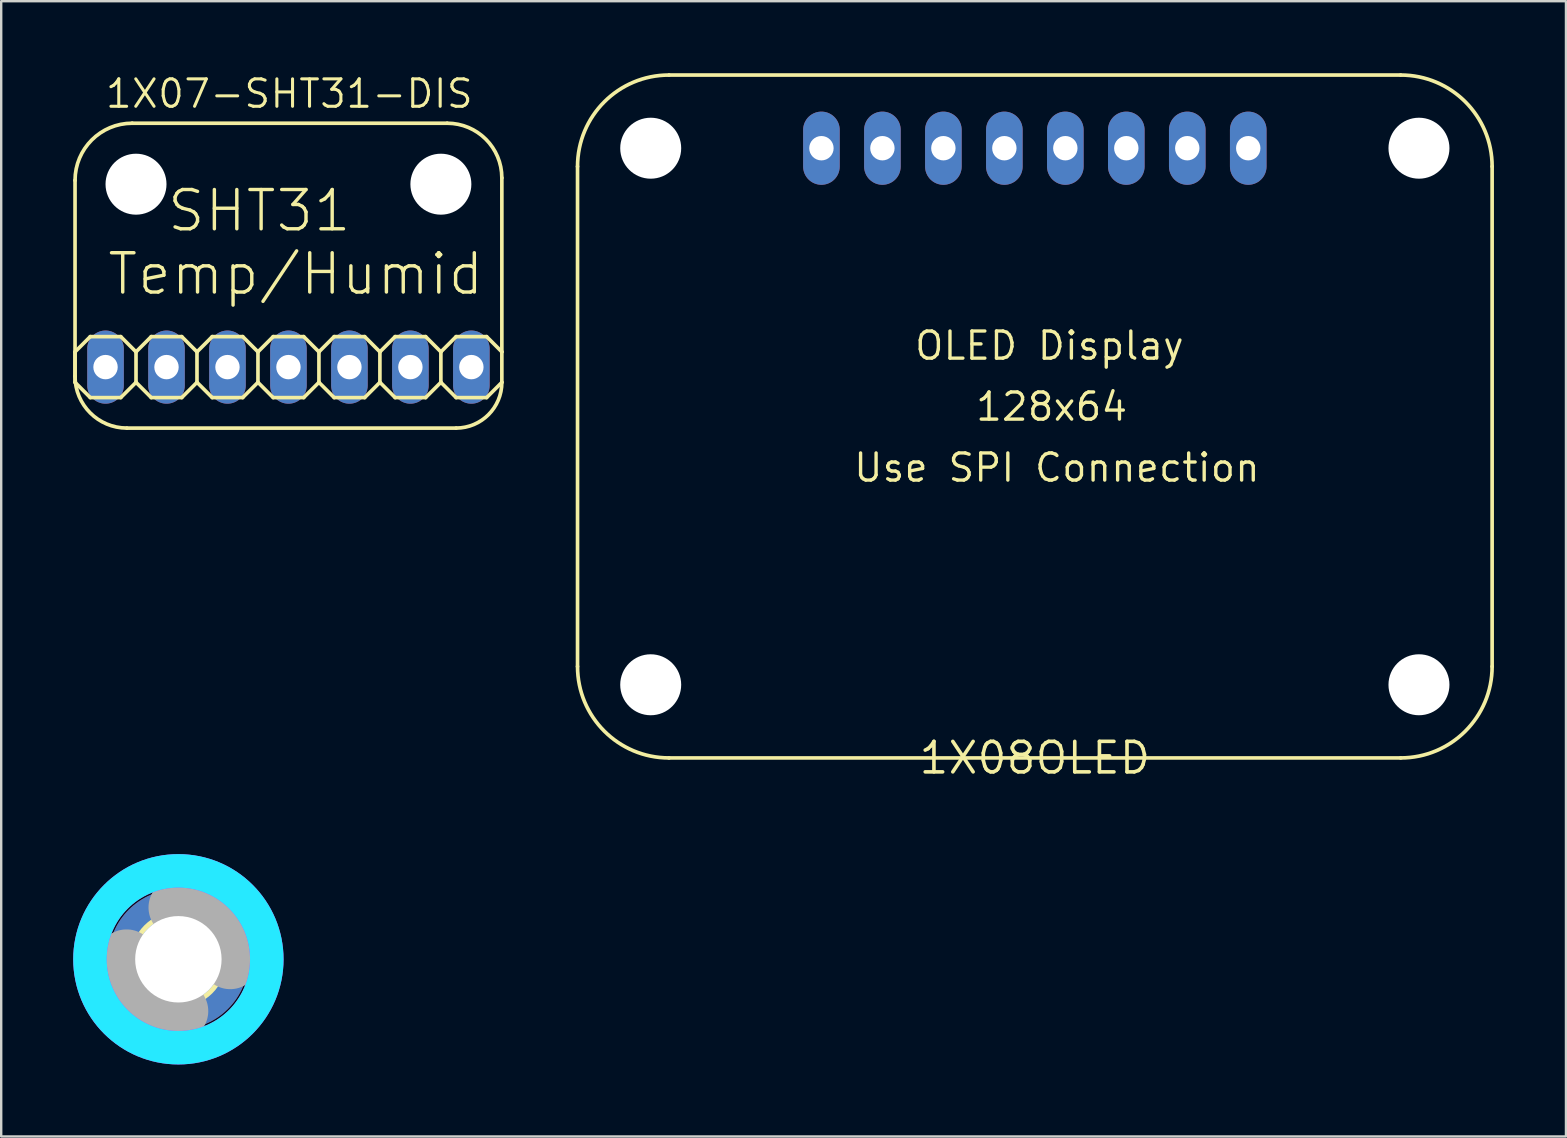
<source format=kicad_pcb>
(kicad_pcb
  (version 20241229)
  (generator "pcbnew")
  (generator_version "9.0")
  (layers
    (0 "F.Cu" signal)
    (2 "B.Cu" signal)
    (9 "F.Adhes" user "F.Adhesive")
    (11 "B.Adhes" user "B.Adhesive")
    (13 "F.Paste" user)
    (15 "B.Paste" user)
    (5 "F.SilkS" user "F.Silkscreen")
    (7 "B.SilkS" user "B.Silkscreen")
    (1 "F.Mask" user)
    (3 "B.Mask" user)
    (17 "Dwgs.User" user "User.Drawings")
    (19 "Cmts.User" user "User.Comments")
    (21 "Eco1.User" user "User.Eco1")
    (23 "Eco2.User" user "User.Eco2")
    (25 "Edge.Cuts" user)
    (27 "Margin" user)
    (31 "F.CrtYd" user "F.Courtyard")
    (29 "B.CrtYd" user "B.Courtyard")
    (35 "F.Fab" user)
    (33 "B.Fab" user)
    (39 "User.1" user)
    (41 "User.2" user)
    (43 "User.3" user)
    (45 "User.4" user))
  (footprint "1X07-SHT31-DIS"
    (layer "F.Cu")
    (at 8.966 12.243)
    (property "Reference" "1X07-SHT31-DIS" (at -7.696 -10.719 0) (layer "F.SilkS") (effects (font (size 1.143 1.143) (thickness 0.127)) (justify left bottom)))
    (fp_line (start -8.89 -0.635) (end -8.89 0.635) (stroke (width 0.152) (type solid)) (layer "F.SilkS"))
    (fp_line (start -8.89 0.381) (end -8.89 -7.779) (stroke (width 0.152) (type solid)) (layer "F.SilkS"))
    (fp_line (start -8.89 0.635) (end -8.255 1.27) (stroke (width 0.152) (type solid)) (layer "F.SilkS"))
    (fp_line (start -8.255 -1.27) (end -8.89 -0.635) (stroke (width 0.152) (type solid)) (layer "F.SilkS"))
    (fp_line (start -8.255 -1.27) (end -6.985 -1.27) (stroke (width 0.152) (type solid)) (layer "F.SilkS"))
    (fp_line (start -6.985 -1.27) (end -6.35 -0.635) (stroke (width 0.152) (type solid)) (layer "F.SilkS"))
    (fp_line (start -6.985 1.27) (end -8.255 1.27) (stroke (width 0.152) (type solid)) (layer "F.SilkS"))
    (fp_line (start -6.509 -10.16) (end 6.613 -10.16) (stroke (width 0.152) (type solid)) (layer "F.SilkS"))
    (fp_line (start -6.35 -0.635) (end -6.35 0.635) (stroke (width 0.152) (type solid)) (layer "F.SilkS"))
    (fp_line (start -6.35 -0.635) (end -5.715 -1.27) (stroke (width 0.152) (type solid)) (layer "F.SilkS"))
    (fp_line (start -6.35 0.635) (end -6.985 1.27) (stroke (width 0.152) (type solid)) (layer "F.SilkS"))
    (fp_line (start -5.715 -1.27) (end -4.445 -1.27) (stroke (width 0.152) (type solid)) (layer "F.SilkS"))
    (fp_line (start -5.715 1.27) (end -6.35 0.635) (stroke (width 0.152) (type solid)) (layer "F.SilkS"))
    (fp_line (start -4.445 -1.27) (end -3.81 -0.635) (stroke (width 0.152) (type solid)) (layer "F.SilkS"))
    (fp_line (start -4.445 1.27) (end -5.715 1.27) (stroke (width 0.152) (type solid)) (layer "F.SilkS"))
    (fp_line (start -3.81 -0.635) (end -3.81 0.635) (stroke (width 0.152) (type solid)) (layer "F.SilkS"))
    (fp_line (start -3.81 -0.635) (end -3.175 -1.27) (stroke (width 0.152) (type solid)) (layer "F.SilkS"))
    (fp_line (start -3.81 0.635) (end -4.445 1.27) (stroke (width 0.152) (type solid)) (layer "F.SilkS"))
    (fp_line (start -3.175 -1.27) (end -1.905 -1.27) (stroke (width 0.152) (type solid)) (layer "F.SilkS"))
    (fp_line (start -3.175 1.27) (end -3.81 0.635) (stroke (width 0.152) (type solid)) (layer "F.SilkS"))
    (fp_line (start -1.905 -1.27) (end -1.27 -0.635) (stroke (width 0.152) (type solid)) (layer "F.SilkS"))
    (fp_line (start -1.905 1.27) (end -3.175 1.27) (stroke (width 0.152) (type solid)) (layer "F.SilkS"))
    (fp_line (start -1.27 -0.635) (end -1.27 0.635) (stroke (width 0.152) (type solid)) (layer "F.SilkS"))
    (fp_line (start -1.27 0.635) (end -1.905 1.27) (stroke (width 0.152) (type solid)) (layer "F.SilkS"))
    (fp_line (start -1.27 0.635) (end -0.635 1.27) (stroke (width 0.152) (type solid)) (layer "F.SilkS"))
    (fp_line (start -0.635 -1.27) (end -1.27 -0.635) (stroke (width 0.152) (type solid)) (layer "F.SilkS"))
    (fp_line (start -0.635 -1.27) (end 0.635 -1.27) (stroke (width 0.152) (type solid)) (layer "F.SilkS"))
    (fp_line (start 0.635 -1.27) (end 1.27 -0.635) (stroke (width 0.152) (type solid)) (layer "F.SilkS"))
    (fp_line (start 0.635 1.27) (end -0.635 1.27) (stroke (width 0.152) (type solid)) (layer "F.SilkS"))
    (fp_line (start 1.27 -0.635) (end 1.27 0.635) (stroke (width 0.152) (type solid)) (layer "F.SilkS"))
    (fp_line (start 1.27 -0.635) (end 1.905 -1.27) (stroke (width 0.152) (type solid)) (layer "F.SilkS"))
    (fp_line (start 1.27 0.635) (end 0.635 1.27) (stroke (width 0.152) (type solid)) (layer "F.SilkS"))
    (fp_line (start 1.905 -1.27) (end 3.175 -1.27) (stroke (width 0.152) (type solid)) (layer "F.SilkS"))
    (fp_line (start 1.905 1.27) (end 1.27 0.635) (stroke (width 0.152) (type solid)) (layer "F.SilkS"))
    (fp_line (start 3.175 -1.27) (end 3.81 -0.635) (stroke (width 0.152) (type solid)) (layer "F.SilkS"))
    (fp_line (start 3.175 1.27) (end 1.905 1.27) (stroke (width 0.152) (type solid)) (layer "F.SilkS"))
    (fp_line (start 3.81 -0.635) (end 3.81 0.635) (stroke (width 0.152) (type solid)) (layer "F.SilkS"))
    (fp_line (start 3.81 -0.635) (end 4.445 -1.27) (stroke (width 0.152) (type solid)) (layer "F.SilkS"))
    (fp_line (start 3.81 0.635) (end 3.175 1.27) (stroke (width 0.152) (type solid)) (layer "F.SilkS"))
    (fp_line (start 4.445 -1.27) (end 5.715 -1.27) (stroke (width 0.152) (type solid)) (layer "F.SilkS"))
    (fp_line (start 4.445 1.27) (end 3.81 0.635) (stroke (width 0.152) (type solid)) (layer "F.SilkS"))
    (fp_line (start 5.715 -1.27) (end 6.35 -0.635) (stroke (width 0.152) (type solid)) (layer "F.SilkS"))
    (fp_line (start 5.715 1.27) (end 4.445 1.27) (stroke (width 0.152) (type solid)) (layer "F.SilkS"))
    (fp_line (start 6.35 -0.635) (end 6.35 0.635) (stroke (width 0.152) (type solid)) (layer "F.SilkS"))
    (fp_line (start 6.35 0.635) (end 5.715 1.27) (stroke (width 0.152) (type solid)) (layer "F.SilkS"))
    (fp_line (start 6.35 0.635) (end 6.985 1.27) (stroke (width 0.152) (type solid)) (layer "F.SilkS"))
    (fp_line (start 6.985 -1.27) (end 6.35 -0.635) (stroke (width 0.152) (type solid)) (layer "F.SilkS"))
    (fp_line (start 6.985 -1.27) (end 8.255 -1.27) (stroke (width 0.152) (type solid)) (layer "F.SilkS"))
    (fp_line (start 6.985 2.54) (end -6.731 2.54) (stroke (width 0.152) (type solid)) (layer "F.SilkS"))
    (fp_line (start 8.255 -1.27) (end 8.89 -0.635) (stroke (width 0.152) (type solid)) (layer "F.SilkS"))
    (fp_line (start 8.255 1.27) (end 6.985 1.27) (stroke (width 0.152) (type solid)) (layer "F.SilkS"))
    (fp_line (start 8.89 -7.883) (end 8.89 -0.635) (stroke (width 0.152) (type solid)) (layer "F.SilkS"))
    (fp_line (start 8.89 -0.635) (end 8.89 0.635) (stroke (width 0.152) (type solid)) (layer "F.SilkS"))
    (fp_line (start 8.89 0.635) (end 8.255 1.27) (stroke (width 0.152) (type solid)) (layer "F.SilkS"))
    (fp_arc (start -8.89 -7.779253) (mid -8.192695 -9.462695) (end -6.509253 -10.16) (stroke (width 0.1524) (type solid)) (layer "F.SilkS"))
    (fp_arc (start -6.730996 2.54) (mid -8.257643 1.907642) (end -8.890001 0.380995) (stroke (width 0.1524) (type solid)) (layer "F.SilkS"))
    (fp_arc (start 6.6131 -10.16) (mid 8.223111 -9.493111) (end 8.89 -7.8831) (stroke (width 0.1524) (type solid)) (layer "F.SilkS"))
    (fp_arc (start 8.89 0.635) (mid 8.332038 1.982038) (end 6.984999 2.539999) (stroke (width 0.1524) (type solid)) (layer "F.SilkS"))
    (fp_poly (pts (xy -7.874 0.254) (xy -7.366 0.254) (xy -7.366 -0.254) (xy -7.874 -0.254)) (stroke (width 0.1) (type default)) (fill no) (layer "F.Fab"))
    (fp_poly (pts (xy -5.334 0.254) (xy -4.826 0.254) (xy -4.826 -0.254) (xy -5.334 -0.254)) (stroke (width 0.1) (type default)) (fill no) (layer "F.Fab"))
    (fp_poly (pts (xy -2.794 0.254) (xy -2.286 0.254) (xy -2.286 -0.254) (xy -2.794 -0.254)) (stroke (width 0.1) (type default)) (fill no) (layer "F.Fab"))
    (fp_poly (pts (xy -0.254 0.254) (xy 0.254 0.254) (xy 0.254 -0.254) (xy -0.254 -0.254)) (stroke (width 0.1) (type default)) (fill no) (layer "F.Fab"))
    (fp_poly (pts (xy 2.286 0.254) (xy 2.794 0.254) (xy 2.794 -0.254) (xy 2.286 -0.254)) (stroke (width 0.1) (type default)) (fill no) (layer "F.Fab"))
    (fp_poly (pts (xy 4.826 0.254) (xy 5.334 0.254) (xy 5.334 -0.254) (xy 4.826 -0.254)) (stroke (width 0.1) (type default)) (fill no) (layer "F.Fab"))
    (fp_poly (pts (xy 7.366 0.254) (xy 7.874 0.254) (xy 7.874 -0.254) (xy 7.366 -0.254)) (stroke (width 0.1) (type default)) (fill no) (layer "F.Fab"))
    (fp_text user "  SHT31\nTemp/Humid" (at -7.62 -2.921 0) (layer "F.SilkS") (effects (font (size 1.636 1.636) (thickness 0.142)) (justify left bottom)))
    (pad "" np_thru_hole circle (at -6.35 -7.62) (size 2.54 2.54) (drill 2.54) (layers "*.Cu" "*.Mask"))
    (pad "" np_thru_hole circle (at 6.35 -7.62) (size 2.54 2.54) (drill 2.54) (layers "*.Cu" "*.Mask"))
    (pad "1" thru_hole oval (at -7.62 0 90) (size 3.048 1.524) (drill 1.016) (layers "*.Cu" "*.Mask"))
    (pad "2" thru_hole oval (at -5.08 0 90) (size 3.048 1.524) (drill 1.016) (layers "*.Cu" "*.Mask"))
    (pad "3" thru_hole oval (at -2.54 0 90) (size 3.048 1.524) (drill 1.016) (layers "*.Cu" "*.Mask"))
    (pad "4" thru_hole oval (at 0 0 90) (size 3.048 1.524) (drill 1.016) (layers "*.Cu" "*.Mask"))
    (pad "5" thru_hole oval (at 2.54 0 90) (size 3.048 1.524) (drill 1.016) (layers "*.Cu" "*.Mask"))
    (pad "6" thru_hole oval (at 5.08 0 90) (size 3.048 1.524) (drill 1.016) (layers "*.Cu" "*.Mask"))
    (pad "7" thru_hole oval (at 7.62 0 90) (size 3.048 1.524) (drill 1.016) (layers "*.Cu" "*.Mask")))
  (footprint "1X08OLED"
    (layer "F.Cu")
    (at 40.059 28.524)
    (property "Reference" "1X08OLED" (at 0 0 0) (layer "F.SilkS") (effects (font (size 1.27 1.27) (thickness 0.15))))
    (fp_line (start -19.05 -24.638) (end -19.05 -3.81) (stroke (width 0.152) (type solid)) (layer "F.SilkS"))
    (fp_line (start -15.24 0) (end 15.24 0) (stroke (width 0.152) (type solid)) (layer "F.SilkS"))
    (fp_line (start 15.24 -28.448) (end -15.24 -28.448) (stroke (width 0.152) (type solid)) (layer "F.SilkS"))
    (fp_line (start 19.05 -3.81) (end 19.05 -24.638) (stroke (width 0.152) (type solid)) (layer "F.SilkS"))
    (fp_arc (start -19.05 -24.638) (mid -17.934077 -27.332077) (end -15.24 -28.448) (stroke (width 0.1524) (type solid)) (layer "F.SilkS"))
    (fp_arc (start -15.24 0) (mid -17.934077 -1.115923) (end -19.05 -3.81) (stroke (width 0.1524) (type solid)) (layer "F.SilkS"))
    (fp_arc (start 15.24 -28.448) (mid 17.934077 -27.332077) (end 19.05 -24.638) (stroke (width 0.1524) (type solid)) (layer "F.SilkS"))
    (fp_arc (start 19.05 -3.81) (mid 17.934077 -1.115923) (end 15.24 0) (stroke (width 0.1524) (type solid)) (layer "F.SilkS"))
    (fp_text user "128x64" (at -2.54 -13.97 0) (layer "F.SilkS") (effects (font (size 1.13 1.13) (thickness 0.14)) (justify left bottom)))
    (fp_text user "OLED Display" (at -5.08 -16.51 0) (layer "F.SilkS") (effects (font (size 1.13 1.13) (thickness 0.14)) (justify left bottom)))
    (fp_text user "Use SPI Connection" (at -7.62 -11.43 0) (layer "F.SilkS") (effects (font (size 1.13 1.13) (thickness 0.14)) (justify left bottom)))
    (pad "" np_thru_hole circle (at -16.002 -25.4) (size 2.54 2.54) (drill 2.54) (layers "*.Cu" "*.Mask"))
    (pad "" np_thru_hole circle (at -16.002 -3.048) (size 2.54 2.54) (drill 2.54) (layers "*.Cu" "*.Mask"))
    (pad "" np_thru_hole circle (at 16.002 -25.4) (size 2.54 2.54) (drill 2.54) (layers "*.Cu" "*.Mask"))
    (pad "" np_thru_hole circle (at 16.002 -3.048) (size 2.54 2.54) (drill 2.54) (layers "*.Cu" "*.Mask"))
    (pad "P$1" thru_hole oval (at -8.89 -25.4 90) (size 3.048 1.524) (drill 1.016) (layers "*.Cu" "*.Mask"))
    (pad "P$2" thru_hole oval (at -6.35 -25.4 90) (size 3.048 1.524) (drill 1.016) (layers "*.Cu" "*.Mask"))
    (pad "P$3" thru_hole oval (at -3.81 -25.4 90) (size 3.048 1.524) (drill 1.016) (layers "*.Cu" "*.Mask"))
    (pad "P$4" thru_hole oval (at -1.27 -25.4 90) (size 3.048 1.524) (drill 1.016) (layers "*.Cu" "*.Mask"))
    (pad "P$5" thru_hole oval (at 1.27 -25.4 90) (size 3.048 1.524) (drill 1.016) (layers "*.Cu" "*.Mask"))
    (pad "P$6" thru_hole oval (at 3.81 -25.4 90) (size 3.048 1.524) (drill 1.016) (layers "*.Cu" "*.Mask"))
    (pad "P$7" thru_hole oval (at 6.35 -25.4 90) (size 3.048 1.524) (drill 1.016) (layers "*.Cu" "*.Mask"))
    (pad "P$8" thru_hole oval (at 8.89 -25.4 90) (size 3.048 1.524) (drill 1.016) (layers "*.Cu" "*.Mask")))
  (footprint "3,6-PAD"
    (layer "F.Cu")
    (at 4.381 36.912)
    (property "Reference" "3,6-PAD" (at 0 0 0) (layer "F.SilkS") (effects (font (size 1.27 1.27) (thickness 0.15))))
    (fp_circle (center 0 0) (end 1.9 0) (stroke (width 0.203) (type solid)) (fill no) (layer "F.SilkS"))
    (fp_circle (center 0 0) (end 3.429 0) (stroke (width 0.152) (type solid)) (fill no) (layer "F.SilkS"))
    (fp_circle (center 0 0) (end 3.683 0) (stroke (width 1.397) (type solid)) (fill no) (layer "B.CrtYd"))
    (fp_circle (center 0 0) (end 3.683 0) (stroke (width 1.397) (type solid)) (fill no) (layer "F.CrtYd"))
    (fp_arc (start 0 -2.159) (mid 1.526644 -1.526644) (end 2.159 0) (stroke (width 2.4892) (type solid)) (layer "F.Fab"))
    (fp_arc (start 0 2.159) (mid -1.526644 1.526644) (end -2.159 0) (stroke (width 2.4892) (type solid)) (layer "F.Fab"))
    (fp_circle (center 0 0) (end 0.762 0) (stroke (width 0.457) (type solid)) (fill no) (layer "F.Fab"))
    (pad "B3,6" thru_hole circle (at 0 0) (size 5.842 5.842) (drill 3.6) (layers "*.Cu" "*.Mask"))
    (zone (net_name "") (layers "F.Cu" "B.Cu") (hatch edge 0.5) (connect_pads) (min_thickness 0.25) (filled_areas_thickness no) (keepout (tracks allowed) (vias not_allowed) (pads allowed) (copperpour allowed) (footprints allowed)) (placement (enabled no)) (fill) (polygon (pts (xy 8.445 36.912) (xy 8.425 36.507) (xy 8.365 36.107) (xy 8.265 35.714) (xy 8.126 35.333) (xy 7.951 34.968) (xy 7.739 34.623) (xy 7.495 34.3) (xy 7.219 34.003) (xy 6.915 33.735) (xy 6.586 33.498) (xy 6.236 33.295) (xy 5.866 33.129) (xy 5.482 33) (xy 5.087 32.91) (xy 4.685 32.859) (xy 4.28 32.849) (xy 3.876 32.879) (xy 3.477 32.95) (xy 3.087 33.06) (xy 2.71 33.208) (xy 2.349 33.392) (xy 2.009 33.612) (xy 1.692 33.865) (xy 1.402 34.148) (xy 1.142 34.458) (xy 0.914 34.793) (xy 0.72 35.149) (xy 0.563 35.522) (xy 0.443 35.909) (xy 0.363 36.306) (xy 0.323 36.709) (xy 0.323 37.114) (xy 0.363 37.518) (xy 0.443 37.915) (xy 0.563 38.302) (xy 0.72 38.675) (xy 0.914 39.031) (xy 1.142 39.366) (xy 1.402 39.676) (xy 1.692 39.959) (xy 2.009 40.212) (xy 2.349 40.431) (xy 2.71 40.616) (xy 3.087 40.764) (xy 3.477 40.874) (xy 3.876 40.944) (xy 4.28 40.975) (xy 4.685 40.965) (xy 5.087 40.914) (xy 5.482 40.824) (xy 5.866 40.695) (xy 6.236 40.528) (xy 6.586 40.326) (xy 6.915 40.089) (xy 7.219 39.821) (xy 7.495 39.524) (xy 7.739 39.201) (xy 7.951 38.856) (xy 8.126 38.49) (xy 8.265 38.11) (xy 8.365 37.717) (xy 8.425 37.317))) (polygon (pts (xy 7.429 36.912) (xy 7.41 36.564) (xy 7.35 36.222) (xy 7.252 35.888) (xy 7.117 35.567) (xy 6.946 35.264) (xy 6.741 34.982) (xy 6.506 34.726) (xy 6.243 34.498) (xy 5.955 34.302) (xy 5.648 34.139) (xy 5.323 34.013) (xy 4.987 33.925) (xy 4.642 33.875) (xy 4.294 33.865) (xy 3.948 33.895) (xy 3.607 33.964) (xy 3.276 34.072) (xy 2.959 34.216) (xy 2.661 34.396) (xy 2.385 34.608) (xy 2.136 34.851) (xy 1.916 35.12) (xy 1.727 35.413) (xy 1.574 35.725) (xy 1.457 36.053) (xy 1.378 36.392) (xy 1.338 36.738) (xy 1.338 37.086) (xy 1.378 37.432) (xy 1.457 37.771) (xy 1.574 38.098) (xy 1.727 38.411) (xy 1.916 38.703) (xy 2.136 38.973) (xy 2.385 39.215) (xy 2.661 39.428) (xy 2.959 39.608) (xy 3.276 39.752) (xy 3.607 39.86) (xy 3.948 39.929) (xy 4.294 39.959) (xy 4.642 39.949) (xy 4.987 39.899) (xy 5.323 39.811) (xy 5.648 39.684) (xy 5.955 39.522) (xy 6.243 39.326) (xy 6.506 39.098) (xy 6.741 38.841) (xy 6.946 38.56) (xy 7.117 38.257) (xy 7.252 37.936) (xy 7.35 37.602) (xy 7.41 37.259)))))
  (gr_rect
    (start -3 -3)
    (end 62.185 44.293)
    (stroke (width 0.1) (type default))
    (fill no)
    (layer "Edge.Cuts")))
</source>
